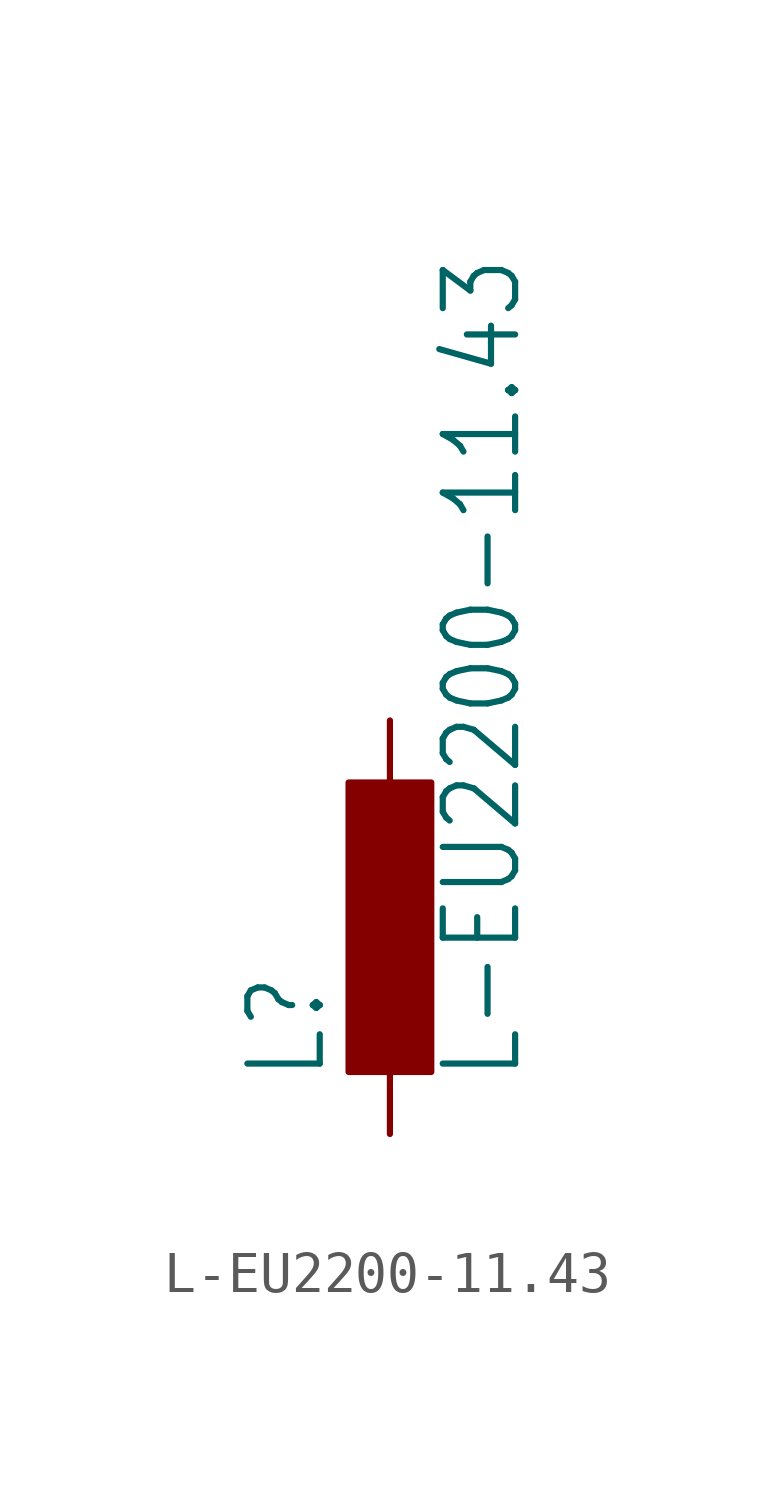
<source format=kicad_sym>
(kicad_symbol_lib
  (version 20211014)
  (generator kicad_symbol_editor)
  (symbol "L-EU2200-11.43"
    (property "Reference" "L"
      (at -1.499 -3.81 90)
      (effects (font (size 1.778 1.511)) (justify left bottom)))
    (property "Value" "L-EU2200-11.43"
      (at 3.302 -3.81 90)
      (effects (font (size 1.778 1.511)) (justify left bottom)))
    (property "ki_locked" ""
      (at 0 0 0)
      (effects (font (size 1.27 1.27))))
    (symbol "L-EU2200-11.43_1_0"
      (rectangle (start -1.016 -3.556) (end 1.016 3.556) (stroke (width 0) (type default) (color 0 0 0 0)) (fill (type outline)))
      (pin passive line (at 0 5.08 270) (length 2.54) (name "1" (effects (font (size 0 0)))) (number "1" (effects (font (size 0 0)))))
      (pin passive line (at 0 -5.08 90) (length 2.54) (name "2" (effects (font (size 0 0)))) (number "2" (effects (font (size 0 0))))))))
</source>
